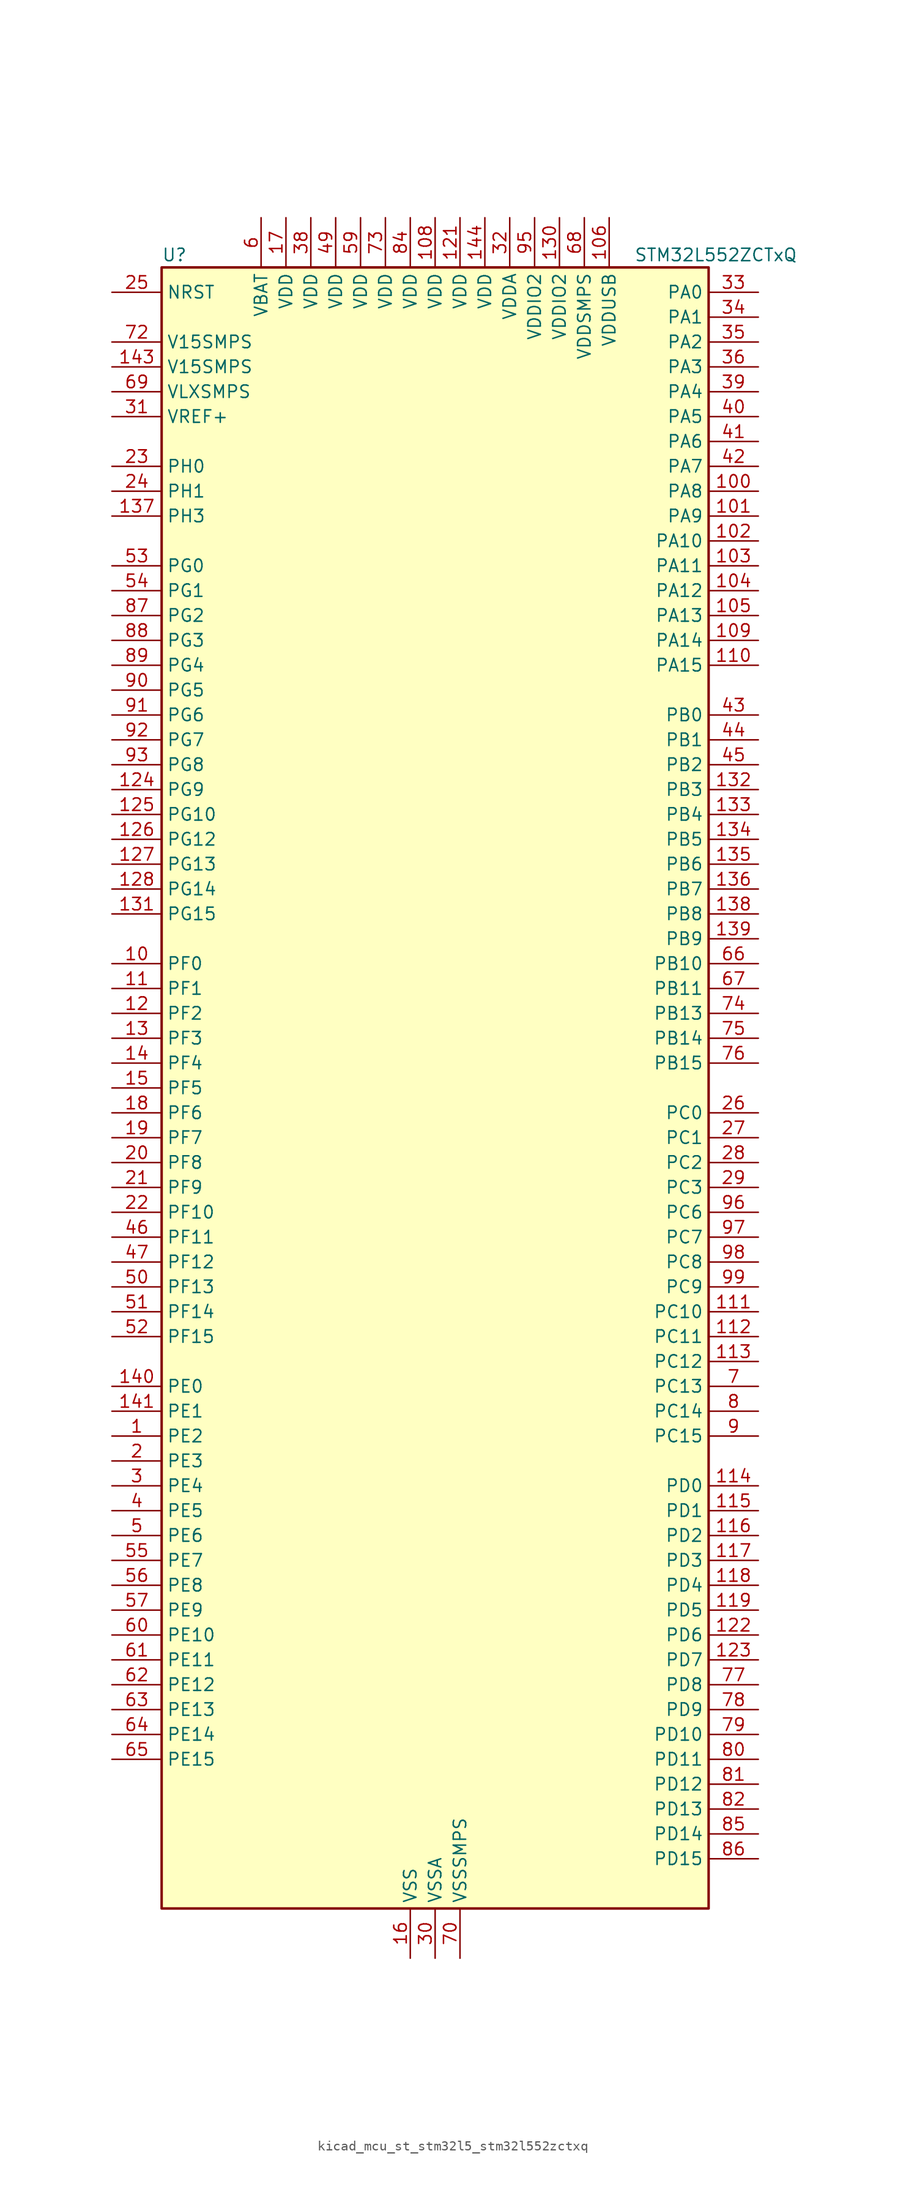
<source format=kicad_sym>
(kicad_symbol_lib
  (version 20220914)
  (generator kicad_symbol_editor)
  (symbol "kicad_mcu_st_stm32l5_stm32l552zctxq"
    (property "Reference" "U"
      (at -27.94 85.09 0)
      (effects (font (size 1.27 1.27)) (justify left)))
    (property "Value" "STM32L552ZCTxQ"
      (at 20.32 85.09 0)
      (effects (font (size 1.27 1.27)) (justify left)))
    (property "ki_locked" ""
      (at 0 0 0)
      (effects (font (size 1.27 1.27))))
    (symbol "kicad_mcu_st_stm32l5_stm32l552zctxq_0_1"
      (rectangle (start -27.94 -83.82) (end 27.94 83.82) (stroke (width 0.254) (type default)) (fill (type background))))
    (symbol "kicad_mcu_st_stm32l5_stm32l552zctxq_1_1"
      (pin bidirectional line (at -33.02 -35.56 0) (length 5.08) (name "PE2" (effects (font (size 1.27 1.27)))) (number "1" (effects (font (size 1.27 1.27)))) (alternate "DEBUG_TRACECLK" bidirectional line) (alternate "FMC_A23" bidirectional line) (alternate "SAI1_CK1" bidirectional line) (alternate "SAI1_MCLK_A" bidirectional line) (alternate "TIM3_ETR" bidirectional line) (alternate "TSC_G7_IO1" bidirectional line))
      (pin bidirectional line (at -33.02 12.7 0) (length 5.08) (name "PF0" (effects (font (size 1.27 1.27)))) (number "10" (effects (font (size 1.27 1.27)))) (alternate "FMC_A0" bidirectional line) (alternate "I2C2_SDA" bidirectional line))
      (pin bidirectional line (at 33.02 60.96 180) (length 5.08) (name "PA8" (effects (font (size 1.27 1.27)))) (number "100" (effects (font (size 1.27 1.27)))) (alternate "LPTIM2_OUT" bidirectional line) (alternate "RCC_MCO" bidirectional line) (alternate "SAI1_CK2" bidirectional line) (alternate "SAI1_SCK_A" bidirectional line) (alternate "TIM1_CH1" bidirectional line) (alternate "USART1_CK" bidirectional line))
      (pin bidirectional line (at 33.02 58.42 180) (length 5.08) (name "PA9" (effects (font (size 1.27 1.27)))) (number "101" (effects (font (size 1.27 1.27)))) (alternate "DAC1_EXTI9" bidirectional line) (alternate "SAI1_FS_A" bidirectional line) (alternate "SPI2_SCK" bidirectional line) (alternate "TIM15_BKIN" bidirectional line) (alternate "TIM1_CH2" bidirectional line) (alternate "USART1_TX" bidirectional line))
      (pin bidirectional line (at 33.02 55.88 180) (length 5.08) (name "PA10" (effects (font (size 1.27 1.27)))) (number "102" (effects (font (size 1.27 1.27)))) (alternate "CRS_SYNC" bidirectional line) (alternate "SAI1_D1" bidirectional line) (alternate "SAI1_SD_A" bidirectional line) (alternate "TIM17_BKIN" bidirectional line) (alternate "TIM1_CH3" bidirectional line) (alternate "USART1_RX" bidirectional line))
      (pin bidirectional line (at 33.02 53.34 180) (length 5.08) (name "PA11" (effects (font (size 1.27 1.27)))) (number "103" (effects (font (size 1.27 1.27)))) (alternate "ADC1_EXTI11" bidirectional line) (alternate "ADC2_EXTI11" bidirectional line) (alternate "FDCAN1_RX" bidirectional line) (alternate "SPI1_MISO" bidirectional line) (alternate "TIM1_BKIN2" bidirectional line) (alternate "TIM1_CH4" bidirectional line) (alternate "USART1_CTS" bidirectional line) (alternate "USART1_NSS" bidirectional line) (alternate "USB_DM" bidirectional line))
      (pin bidirectional line (at 33.02 50.8 180) (length 5.08) (name "PA12" (effects (font (size 1.27 1.27)))) (number "104" (effects (font (size 1.27 1.27)))) (alternate "FDCAN1_TX" bidirectional line) (alternate "SPI1_MOSI" bidirectional line) (alternate "TIM1_ETR" bidirectional line) (alternate "USART1_DE" bidirectional line) (alternate "USART1_RTS" bidirectional line) (alternate "USB_DP" bidirectional line))
      (pin bidirectional line (at 33.02 48.26 180) (length 5.08) (name "PA13" (effects (font (size 1.27 1.27)))) (number "105" (effects (font (size 1.27 1.27)))) (alternate "DEBUG_JTMS-SWDIO" bidirectional line) (alternate "IR_OUT" bidirectional line) (alternate "SAI1_SD_B" bidirectional line) (alternate "USB_NOE" bidirectional line))
      (pin power_in line (at 17.78 88.9 270) (length 5.08) (name "VDDUSB" (effects (font (size 1.27 1.27)))) (number "106" (effects (font (size 1.27 1.27)))))
      (pin passive line (at -2.54 -88.9 90) (length 5.08) hide (name "VSS" (effects (font (size 1.27 1.27)))) (number "107" (effects (font (size 1.27 1.27)))))
      (pin power_in line (at 0 88.9 270) (length 5.08) (name "VDD" (effects (font (size 1.27 1.27)))) (number "108" (effects (font (size 1.27 1.27)))))
      (pin bidirectional line (at 33.02 45.72 180) (length 5.08) (name "PA14" (effects (font (size 1.27 1.27)))) (number "109" (effects (font (size 1.27 1.27)))) (alternate "DEBUG_JTCK-SWCLK" bidirectional line) (alternate "I2C1_SMBA" bidirectional line) (alternate "I2C4_SMBA" bidirectional line) (alternate "LPTIM1_OUT" bidirectional line) (alternate "SAI1_FS_B" bidirectional line))
      (pin bidirectional line (at -33.02 10.16 0) (length 5.08) (name "PF1" (effects (font (size 1.27 1.27)))) (number "11" (effects (font (size 1.27 1.27)))) (alternate "FMC_A1" bidirectional line) (alternate "I2C2_SCL" bidirectional line))
      (pin bidirectional line (at 33.02 43.18 180) (length 5.08) (name "PA15" (effects (font (size 1.27 1.27)))) (number "110" (effects (font (size 1.27 1.27)))) (alternate "ADC1_EXTI15" bidirectional line) (alternate "ADC2_EXTI15" bidirectional line) (alternate "DEBUG_JTDI" bidirectional line) (alternate "SAI2_FS_B" bidirectional line) (alternate "SPI1_NSS" bidirectional line) (alternate "SPI3_NSS" bidirectional line) (alternate "TIM2_CH1" bidirectional line) (alternate "TIM2_ETR" bidirectional line) (alternate "UART4_DE" bidirectional line) (alternate "UART4_RTS" bidirectional line) (alternate "UCPD1_CC1" bidirectional line) (alternate "USART2_RX" bidirectional line) (alternate "USART3_DE" bidirectional line) (alternate "USART3_RTS" bidirectional line))
      (pin bidirectional line (at 33.02 -22.86 180) (length 5.08) (name "PC10" (effects (font (size 1.27 1.27)))) (number "111" (effects (font (size 1.27 1.27)))) (alternate "DEBUG_TRACED1" bidirectional line) (alternate "LPTIM3_ETR" bidirectional line) (alternate "SAI2_SCK_B" bidirectional line) (alternate "SDMMC1_D2" bidirectional line) (alternate "SPI3_SCK" bidirectional line) (alternate "TSC_G3_IO2" bidirectional line) (alternate "UART4_TX" bidirectional line) (alternate "USART3_TX" bidirectional line))
      (pin bidirectional line (at 33.02 -25.4 180) (length 5.08) (name "PC11" (effects (font (size 1.27 1.27)))) (number "112" (effects (font (size 1.27 1.27)))) (alternate "ADC1_EXTI11" bidirectional line) (alternate "ADC2_EXTI11" bidirectional line) (alternate "LPTIM3_IN1" bidirectional line) (alternate "OCTOSPI1_NCS" bidirectional line) (alternate "SAI2_MCLK_B" bidirectional line) (alternate "SDMMC1_D3" bidirectional line) (alternate "SPI3_MISO" bidirectional line) (alternate "TSC_G3_IO3" bidirectional line) (alternate "UART4_RX" bidirectional line) (alternate "UCPD1_FRSTX2" bidirectional line) (alternate "USART3_RX" bidirectional line))
      (pin bidirectional line (at 33.02 -27.94 180) (length 5.08) (name "PC12" (effects (font (size 1.27 1.27)))) (number "113" (effects (font (size 1.27 1.27)))) (alternate "DEBUG_TRACED3" bidirectional line) (alternate "SAI2_SD_B" bidirectional line) (alternate "SDMMC1_CK" bidirectional line) (alternate "SPI3_MOSI" bidirectional line) (alternate "TSC_G3_IO4" bidirectional line) (alternate "UART5_TX" bidirectional line) (alternate "USART3_CK" bidirectional line))
      (pin bidirectional line (at 33.02 -40.64 180) (length 5.08) (name "PD0" (effects (font (size 1.27 1.27)))) (number "114" (effects (font (size 1.27 1.27)))) (alternate "FDCAN1_RX" bidirectional line) (alternate "FMC_D2" bidirectional line) (alternate "FMC_DA2" bidirectional line) (alternate "SPI2_NSS" bidirectional line))
      (pin bidirectional line (at 33.02 -43.18 180) (length 5.08) (name "PD1" (effects (font (size 1.27 1.27)))) (number "115" (effects (font (size 1.27 1.27)))) (alternate "FDCAN1_TX" bidirectional line) (alternate "FMC_D3" bidirectional line) (alternate "FMC_DA3" bidirectional line) (alternate "SPI2_SCK" bidirectional line))
      (pin bidirectional line (at 33.02 -45.72 180) (length 5.08) (name "PD2" (effects (font (size 1.27 1.27)))) (number "116" (effects (font (size 1.27 1.27)))) (alternate "DEBUG_TRACED2" bidirectional line) (alternate "SDMMC1_CMD" bidirectional line) (alternate "TIM3_ETR" bidirectional line) (alternate "TSC_SYNC" bidirectional line) (alternate "UART5_RX" bidirectional line) (alternate "USART3_DE" bidirectional line) (alternate "USART3_RTS" bidirectional line))
      (pin bidirectional line (at 33.02 -48.26 180) (length 5.08) (name "PD3" (effects (font (size 1.27 1.27)))) (number "117" (effects (font (size 1.27 1.27)))) (alternate "DFSDM1_DATIN0" bidirectional line) (alternate "FMC_CLK" bidirectional line) (alternate "SPI2_MISO" bidirectional line) (alternate "SPI2_SCK" bidirectional line) (alternate "USART2_CTS" bidirectional line) (alternate "USART2_NSS" bidirectional line))
      (pin bidirectional line (at 33.02 -50.8 180) (length 5.08) (name "PD4" (effects (font (size 1.27 1.27)))) (number "118" (effects (font (size 1.27 1.27)))) (alternate "DFSDM1_CKIN0" bidirectional line) (alternate "FMC_NOE" bidirectional line) (alternate "OCTOSPI1_IO4" bidirectional line) (alternate "SPI2_MOSI" bidirectional line) (alternate "USART2_DE" bidirectional line) (alternate "USART2_RTS" bidirectional line))
      (pin bidirectional line (at 33.02 -53.34 180) (length 5.08) (name "PD5" (effects (font (size 1.27 1.27)))) (number "119" (effects (font (size 1.27 1.27)))) (alternate "FMC_NWE" bidirectional line) (alternate "OCTOSPI1_IO5" bidirectional line) (alternate "USART2_TX" bidirectional line))
      (pin bidirectional line (at -33.02 7.62 0) (length 5.08) (name "PF2" (effects (font (size 1.27 1.27)))) (number "12" (effects (font (size 1.27 1.27)))) (alternate "FMC_A2" bidirectional line) (alternate "I2C2_SMBA" bidirectional line))
      (pin passive line (at -2.54 -88.9 90) (length 5.08) hide (name "VSS" (effects (font (size 1.27 1.27)))) (number "120" (effects (font (size 1.27 1.27)))))
      (pin power_in line (at 2.54 88.9 270) (length 5.08) (name "VDD" (effects (font (size 1.27 1.27)))) (number "121" (effects (font (size 1.27 1.27)))))
      (pin bidirectional line (at 33.02 -55.88 180) (length 5.08) (name "PD6" (effects (font (size 1.27 1.27)))) (number "122" (effects (font (size 1.27 1.27)))) (alternate "DFSDM1_DATIN1" bidirectional line) (alternate "FMC_NWAIT" bidirectional line) (alternate "OCTOSPI1_IO6" bidirectional line) (alternate "SAI1_D1" bidirectional line) (alternate "SAI1_SD_A" bidirectional line) (alternate "SPI3_MOSI" bidirectional line) (alternate "USART2_RX" bidirectional line))
      (pin bidirectional line (at 33.02 -58.42 180) (length 5.08) (name "PD7" (effects (font (size 1.27 1.27)))) (number "123" (effects (font (size 1.27 1.27)))) (alternate "DFSDM1_CKIN1" bidirectional line) (alternate "FMC_NCE" bidirectional line) (alternate "FMC_NE1" bidirectional line) (alternate "OCTOSPI1_IO7" bidirectional line) (alternate "USART2_CK" bidirectional line))
      (pin bidirectional line (at -33.02 30.48 0) (length 5.08) (name "PG9" (effects (font (size 1.27 1.27)))) (number "124" (effects (font (size 1.27 1.27)))) (alternate "DAC1_EXTI9" bidirectional line) (alternate "FMC_NCE" bidirectional line) (alternate "FMC_NE2" bidirectional line) (alternate "SAI2_SCK_A" bidirectional line) (alternate "SPI3_SCK" bidirectional line) (alternate "TIM15_CH1N" bidirectional line) (alternate "USART1_TX" bidirectional line))
      (pin bidirectional line (at -33.02 27.94 0) (length 5.08) (name "PG10" (effects (font (size 1.27 1.27)))) (number "125" (effects (font (size 1.27 1.27)))) (alternate "FMC_NE3" bidirectional line) (alternate "LPTIM1_IN1" bidirectional line) (alternate "SAI2_FS_A" bidirectional line) (alternate "SPI3_MISO" bidirectional line) (alternate "TIM15_CH1" bidirectional line) (alternate "USART1_RX" bidirectional line))
      (pin bidirectional line (at -33.02 25.4 0) (length 5.08) (name "PG12" (effects (font (size 1.27 1.27)))) (number "126" (effects (font (size 1.27 1.27)))) (alternate "FMC_NE4" bidirectional line) (alternate "LPTIM1_ETR" bidirectional line) (alternate "SAI2_SD_A" bidirectional line) (alternate "SPI3_NSS" bidirectional line) (alternate "USART1_DE" bidirectional line) (alternate "USART1_RTS" bidirectional line))
      (pin bidirectional line (at -33.02 22.86 0) (length 5.08) (name "PG13" (effects (font (size 1.27 1.27)))) (number "127" (effects (font (size 1.27 1.27)))) (alternate "FMC_A24" bidirectional line) (alternate "I2C1_SDA" bidirectional line) (alternate "USART1_CK" bidirectional line))
      (pin bidirectional line (at -33.02 20.32 0) (length 5.08) (name "PG14" (effects (font (size 1.27 1.27)))) (number "128" (effects (font (size 1.27 1.27)))) (alternate "FMC_A25" bidirectional line) (alternate "I2C1_SCL" bidirectional line))
      (pin passive line (at -2.54 -88.9 90) (length 5.08) hide (name "VSS" (effects (font (size 1.27 1.27)))) (number "129" (effects (font (size 1.27 1.27)))))
      (pin bidirectional line (at -33.02 5.08 0) (length 5.08) (name "PF3" (effects (font (size 1.27 1.27)))) (number "13" (effects (font (size 1.27 1.27)))) (alternate "FMC_A3" bidirectional line) (alternate "LPTIM3_IN1" bidirectional line))
      (pin power_in line (at 12.7 88.9 270) (length 5.08) (name "VDDIO2" (effects (font (size 1.27 1.27)))) (number "130" (effects (font (size 1.27 1.27)))))
      (pin bidirectional line (at -33.02 17.78 0) (length 5.08) (name "PG15" (effects (font (size 1.27 1.27)))) (number "131" (effects (font (size 1.27 1.27)))) (alternate "ADC1_EXTI15" bidirectional line) (alternate "ADC2_EXTI15" bidirectional line) (alternate "I2C1_SMBA" bidirectional line) (alternate "LPTIM1_OUT" bidirectional line))
      (pin bidirectional line (at 33.02 30.48 180) (length 5.08) (name "PB3" (effects (font (size 1.27 1.27)))) (number "132" (effects (font (size 1.27 1.27)))) (alternate "COMP2_INM" bidirectional line) (alternate "CRS_SYNC" bidirectional line) (alternate "DEBUG_JTDO-SWO" bidirectional line) (alternate "SAI1_SCK_B" bidirectional line) (alternate "SPI1_SCK" bidirectional line) (alternate "SPI3_SCK" bidirectional line) (alternate "TIM2_CH2" bidirectional line) (alternate "USART1_DE" bidirectional line) (alternate "USART1_RTS" bidirectional line))
      (pin bidirectional line (at 33.02 27.94 180) (length 5.08) (name "PB4" (effects (font (size 1.27 1.27)))) (number "133" (effects (font (size 1.27 1.27)))) (alternate "COMP2_INP" bidirectional line) (alternate "DEBUG_JTRST" bidirectional line) (alternate "I2C3_SDA" bidirectional line) (alternate "SAI1_MCLK_B" bidirectional line) (alternate "SPI1_MISO" bidirectional line) (alternate "SPI3_MISO" bidirectional line) (alternate "TIM17_BKIN" bidirectional line) (alternate "TIM3_CH1" bidirectional line) (alternate "TSC_G2_IO1" bidirectional line) (alternate "UART5_DE" bidirectional line) (alternate "UART5_RTS" bidirectional line) (alternate "USART1_CTS" bidirectional line) (alternate "USART1_NSS" bidirectional line))
      (pin bidirectional line (at 33.02 25.4 180) (length 5.08) (name "PB5" (effects (font (size 1.27 1.27)))) (number "134" (effects (font (size 1.27 1.27)))) (alternate "COMP2_OUT" bidirectional line) (alternate "I2C1_SMBA" bidirectional line) (alternate "LPTIM1_IN1" bidirectional line) (alternate "OCTOSPI1_NCLK" bidirectional line) (alternate "SAI1_SD_B" bidirectional line) (alternate "SPI1_MOSI" bidirectional line) (alternate "SPI3_MOSI" bidirectional line) (alternate "TIM16_BKIN" bidirectional line) (alternate "TIM3_CH2" bidirectional line) (alternate "TSC_G2_IO2" bidirectional line) (alternate "UART5_CTS" bidirectional line) (alternate "UCPD1_DBCC1" bidirectional line) (alternate "USART1_CK" bidirectional line))
      (pin bidirectional line (at 33.02 22.86 180) (length 5.08) (name "PB6" (effects (font (size 1.27 1.27)))) (number "135" (effects (font (size 1.27 1.27)))) (alternate "COMP2_INP" bidirectional line) (alternate "I2C1_SCL" bidirectional line) (alternate "I2C4_SCL" bidirectional line) (alternate "LPTIM1_ETR" bidirectional line) (alternate "SAI1_FS_B" bidirectional line) (alternate "TIM16_CH1N" bidirectional line) (alternate "TIM4_CH1" bidirectional line) (alternate "TIM8_BKIN2" bidirectional line) (alternate "TSC_G2_IO3" bidirectional line) (alternate "USART1_TX" bidirectional line))
      (pin bidirectional line (at 33.02 20.32 180) (length 5.08) (name "PB7" (effects (font (size 1.27 1.27)))) (number "136" (effects (font (size 1.27 1.27)))) (alternate "COMP2_INM" bidirectional line) (alternate "FMC_NL" bidirectional line) (alternate "I2C1_SDA" bidirectional line) (alternate "I2C4_SDA" bidirectional line) (alternate "LPTIM1_IN2" bidirectional line) (alternate "PWR_PVD_IN" bidirectional line) (alternate "TIM17_CH1N" bidirectional line) (alternate "TIM4_CH2" bidirectional line) (alternate "TIM8_BKIN" bidirectional line) (alternate "TSC_G2_IO4" bidirectional line) (alternate "UART4_CTS" bidirectional line) (alternate "USART1_RX" bidirectional line))
      (pin bidirectional line (at -33.02 58.42 0) (length 5.08) (name "PH3" (effects (font (size 1.27 1.27)))) (number "137" (effects (font (size 1.27 1.27)))))
      (pin bidirectional line (at 33.02 17.78 180) (length 5.08) (name "PB8" (effects (font (size 1.27 1.27)))) (number "138" (effects (font (size 1.27 1.27)))) (alternate "DFSDM1_CKOUT" bidirectional line) (alternate "FDCAN1_RX" bidirectional line) (alternate "I2C1_SCL" bidirectional line) (alternate "SAI1_CK1" bidirectional line) (alternate "SAI1_MCLK_A" bidirectional line) (alternate "SDMMC1_CKIN" bidirectional line) (alternate "SDMMC1_D4" bidirectional line) (alternate "TIM16_CH1" bidirectional line) (alternate "TIM4_CH3" bidirectional line))
      (pin bidirectional line (at 33.02 15.24 180) (length 5.08) (name "PB9" (effects (font (size 1.27 1.27)))) (number "139" (effects (font (size 1.27 1.27)))) (alternate "DAC1_EXTI9" bidirectional line) (alternate "FDCAN1_TX" bidirectional line) (alternate "I2C1_SDA" bidirectional line) (alternate "IR_OUT" bidirectional line) (alternate "SAI1_D2" bidirectional line) (alternate "SAI1_FS_A" bidirectional line) (alternate "SDMMC1_CDIR" bidirectional line) (alternate "SDMMC1_D5" bidirectional line) (alternate "SPI2_NSS" bidirectional line) (alternate "TIM17_CH1" bidirectional line) (alternate "TIM4_CH4" bidirectional line))
      (pin bidirectional line (at -33.02 2.54 0) (length 5.08) (name "PF4" (effects (font (size 1.27 1.27)))) (number "14" (effects (font (size 1.27 1.27)))) (alternate "FMC_A4" bidirectional line) (alternate "LPTIM3_ETR" bidirectional line))
      (pin bidirectional line (at -33.02 -30.48 0) (length 5.08) (name "PE0" (effects (font (size 1.27 1.27)))) (number "140" (effects (font (size 1.27 1.27)))) (alternate "FMC_NBL0" bidirectional line) (alternate "TIM16_CH1" bidirectional line) (alternate "TIM4_ETR" bidirectional line))
      (pin bidirectional line (at -33.02 -33.02 0) (length 5.08) (name "PE1" (effects (font (size 1.27 1.27)))) (number "141" (effects (font (size 1.27 1.27)))) (alternate "FMC_NBL1" bidirectional line) (alternate "TIM17_CH1" bidirectional line))
      (pin passive line (at -2.54 -88.9 90) (length 5.08) hide (name "VSS" (effects (font (size 1.27 1.27)))) (number "142" (effects (font (size 1.27 1.27)))))
      (pin power_in line (at -33.02 73.66 0) (length 5.08) (name "V15SMPS" (effects (font (size 1.27 1.27)))) (number "143" (effects (font (size 1.27 1.27)))))
      (pin power_in line (at 5.08 88.9 270) (length 5.08) (name "VDD" (effects (font (size 1.27 1.27)))) (number "144" (effects (font (size 1.27 1.27)))))
      (pin bidirectional line (at -33.02 0 0) (length 5.08) (name "PF5" (effects (font (size 1.27 1.27)))) (number "15" (effects (font (size 1.27 1.27)))) (alternate "FMC_A5" bidirectional line) (alternate "LPTIM3_OUT" bidirectional line))
      (pin power_in line (at -2.54 -88.9 90) (length 5.08) (name "VSS" (effects (font (size 1.27 1.27)))) (number "16" (effects (font (size 1.27 1.27)))))
      (pin power_in line (at -15.24 88.9 270) (length 5.08) (name "VDD" (effects (font (size 1.27 1.27)))) (number "17" (effects (font (size 1.27 1.27)))))
      (pin bidirectional line (at -33.02 -2.54 0) (length 5.08) (name "PF6" (effects (font (size 1.27 1.27)))) (number "18" (effects (font (size 1.27 1.27)))) (alternate "OCTOSPI1_IO3" bidirectional line) (alternate "SAI1_SD_B" bidirectional line) (alternate "TIM5_CH1" bidirectional line) (alternate "TIM5_ETR" bidirectional line))
      (pin bidirectional line (at -33.02 -5.08 0) (length 5.08) (name "PF7" (effects (font (size 1.27 1.27)))) (number "19" (effects (font (size 1.27 1.27)))) (alternate "OCTOSPI1_IO2" bidirectional line) (alternate "SAI1_MCLK_B" bidirectional line) (alternate "TAMP_IN6" bidirectional line) (alternate "TAMP_OUT3" bidirectional line) (alternate "TIM5_CH2" bidirectional line))
      (pin bidirectional line (at -33.02 -38.1 0) (length 5.08) (name "PE3" (effects (font (size 1.27 1.27)))) (number "2" (effects (font (size 1.27 1.27)))) (alternate "DEBUG_TRACED0" bidirectional line) (alternate "FMC_A19" bidirectional line) (alternate "OCTOSPI1_DQS" bidirectional line) (alternate "SAI1_SD_B" bidirectional line) (alternate "TIM3_CH1" bidirectional line) (alternate "TSC_G7_IO2" bidirectional line))
      (pin bidirectional line (at -33.02 -7.62 0) (length 5.08) (name "PF8" (effects (font (size 1.27 1.27)))) (number "20" (effects (font (size 1.27 1.27)))) (alternate "OCTOSPI1_IO0" bidirectional line) (alternate "SAI1_SCK_B" bidirectional line) (alternate "TAMP_IN7" bidirectional line) (alternate "TAMP_OUT8" bidirectional line) (alternate "TIM5_CH3" bidirectional line))
      (pin bidirectional line (at -33.02 -10.16 0) (length 5.08) (name "PF9" (effects (font (size 1.27 1.27)))) (number "21" (effects (font (size 1.27 1.27)))) (alternate "DAC1_EXTI9" bidirectional line) (alternate "OCTOSPI1_IO1" bidirectional line) (alternate "SAI1_FS_B" bidirectional line) (alternate "TAMP_IN8" bidirectional line) (alternate "TAMP_OUT7" bidirectional line) (alternate "TIM15_CH1" bidirectional line) (alternate "TIM5_CH4" bidirectional line))
      (pin bidirectional line (at -33.02 -12.7 0) (length 5.08) (name "PF10" (effects (font (size 1.27 1.27)))) (number "22" (effects (font (size 1.27 1.27)))) (alternate "DFSDM1_CKOUT" bidirectional line) (alternate "OCTOSPI1_CLK" bidirectional line) (alternate "SAI1_D3" bidirectional line) (alternate "TIM15_CH2" bidirectional line))
      (pin bidirectional line (at -33.02 63.5 0) (length 5.08) (name "PH0" (effects (font (size 1.27 1.27)))) (number "23" (effects (font (size 1.27 1.27)))) (alternate "RCC_OSC_IN" bidirectional line))
      (pin bidirectional line (at -33.02 60.96 0) (length 5.08) (name "PH1" (effects (font (size 1.27 1.27)))) (number "24" (effects (font (size 1.27 1.27)))) (alternate "RCC_OSC_OUT" bidirectional line))
      (pin input line (at -33.02 81.28 0) (length 5.08) (name "NRST" (effects (font (size 1.27 1.27)))) (number "25" (effects (font (size 1.27 1.27)))))
      (pin bidirectional line (at 33.02 -2.54 180) (length 5.08) (name "PC0" (effects (font (size 1.27 1.27)))) (number "26" (effects (font (size 1.27 1.27)))) (alternate "ADC1_IN1" bidirectional line) (alternate "ADC2_IN1" bidirectional line) (alternate "I2C3_SCL" bidirectional line) (alternate "LPTIM1_IN1" bidirectional line) (alternate "LPTIM2_IN1" bidirectional line) (alternate "LPUART1_RX" bidirectional line) (alternate "OCTOSPI1_IO7" bidirectional line) (alternate "SAI2_FS_A" bidirectional line) (alternate "SDMMC1_D5" bidirectional line))
      (pin bidirectional line (at 33.02 -5.08 180) (length 5.08) (name "PC1" (effects (font (size 1.27 1.27)))) (number "27" (effects (font (size 1.27 1.27)))) (alternate "ADC1_IN2" bidirectional line) (alternate "ADC2_IN2" bidirectional line) (alternate "DEBUG_TRACED0" bidirectional line) (alternate "I2C3_SDA" bidirectional line) (alternate "LPTIM1_OUT" bidirectional line) (alternate "LPUART1_TX" bidirectional line) (alternate "OCTOSPI1_IO4" bidirectional line) (alternate "SAI1_SD_A" bidirectional line) (alternate "SPI2_MOSI" bidirectional line))
      (pin bidirectional line (at 33.02 -7.62 180) (length 5.08) (name "PC2" (effects (font (size 1.27 1.27)))) (number "28" (effects (font (size 1.27 1.27)))) (alternate "ADC1_IN3" bidirectional line) (alternate "ADC2_IN3" bidirectional line) (alternate "DFSDM1_CKOUT" bidirectional line) (alternate "LPTIM1_IN2" bidirectional line) (alternate "OCTOSPI1_IO5" bidirectional line) (alternate "SPI2_MISO" bidirectional line))
      (pin bidirectional line (at 33.02 -10.16 180) (length 5.08) (name "PC3" (effects (font (size 1.27 1.27)))) (number "29" (effects (font (size 1.27 1.27)))) (alternate "ADC1_IN4" bidirectional line) (alternate "ADC2_IN4" bidirectional line) (alternate "LPTIM1_ETR" bidirectional line) (alternate "LPTIM2_ETR" bidirectional line) (alternate "LPTIM3_OUT" bidirectional line) (alternate "OCTOSPI1_IO6" bidirectional line) (alternate "SAI1_D1" bidirectional line) (alternate "SAI1_SD_A" bidirectional line) (alternate "SPI2_MOSI" bidirectional line))
      (pin bidirectional line (at -33.02 -40.64 0) (length 5.08) (name "PE4" (effects (font (size 1.27 1.27)))) (number "3" (effects (font (size 1.27 1.27)))) (alternate "DEBUG_TRACED1" bidirectional line) (alternate "DFSDM1_DATIN3" bidirectional line) (alternate "FMC_A20" bidirectional line) (alternate "SAI1_D2" bidirectional line) (alternate "SAI1_FS_A" bidirectional line) (alternate "TIM3_CH2" bidirectional line) (alternate "TSC_G7_IO3" bidirectional line))
      (pin power_in line (at 0 -88.9 90) (length 5.08) (name "VSSA" (effects (font (size 1.27 1.27)))) (number "30" (effects (font (size 1.27 1.27)))))
      (pin input line (at -33.02 68.58 0) (length 5.08) (name "VREF+" (effects (font (size 1.27 1.27)))) (number "31" (effects (font (size 1.27 1.27)))))
      (pin power_in line (at 7.62 88.9 270) (length 5.08) (name "VDDA" (effects (font (size 1.27 1.27)))) (number "32" (effects (font (size 1.27 1.27)))))
      (pin bidirectional line (at 33.02 81.28 180) (length 5.08) (name "PA0" (effects (font (size 1.27 1.27)))) (number "33" (effects (font (size 1.27 1.27)))) (alternate "ADC1_IN5" bidirectional line) (alternate "ADC2_IN5" bidirectional line) (alternate "OPAMP1_VINP" bidirectional line) (alternate "PWR_WKUP1" bidirectional line) (alternate "SAI1_EXTCLK" bidirectional line) (alternate "TAMP_IN2" bidirectional line) (alternate "TAMP_OUT1" bidirectional line) (alternate "TIM2_CH1" bidirectional line) (alternate "TIM2_ETR" bidirectional line) (alternate "TIM5_CH1" bidirectional line) (alternate "TIM8_ETR" bidirectional line) (alternate "UART4_TX" bidirectional line) (alternate "USART2_CTS" bidirectional line) (alternate "USART2_NSS" bidirectional line))
      (pin bidirectional line (at 33.02 78.74 180) (length 5.08) (name "PA1" (effects (font (size 1.27 1.27)))) (number "34" (effects (font (size 1.27 1.27)))) (alternate "ADC1_IN6" bidirectional line) (alternate "ADC2_IN6" bidirectional line) (alternate "I2C1_SMBA" bidirectional line) (alternate "OCTOSPI1_DQS" bidirectional line) (alternate "OPAMP1_VINM" bidirectional line) (alternate "SPI1_SCK" bidirectional line) (alternate "TAMP_IN5" bidirectional line) (alternate "TAMP_OUT4" bidirectional line) (alternate "TIM15_CH1N" bidirectional line) (alternate "TIM2_CH2" bidirectional line) (alternate "TIM5_CH2" bidirectional line) (alternate "UART4_RX" bidirectional line) (alternate "USART2_DE" bidirectional line) (alternate "USART2_RTS" bidirectional line))
      (pin bidirectional line (at 33.02 76.2 180) (length 5.08) (name "PA2" (effects (font (size 1.27 1.27)))) (number "35" (effects (font (size 1.27 1.27)))) (alternate "ADC1_IN7" bidirectional line) (alternate "ADC2_IN7" bidirectional line) (alternate "COMP1_INP" bidirectional line) (alternate "LPUART1_TX" bidirectional line) (alternate "OCTOSPI1_NCS" bidirectional line) (alternate "PWR_WKUP4" bidirectional line) (alternate "RCC_LSCO" bidirectional line) (alternate "SAI2_EXTCLK" bidirectional line) (alternate "TIM15_CH1" bidirectional line) (alternate "TIM2_CH3" bidirectional line) (alternate "TIM5_CH3" bidirectional line) (alternate "UCPD1_FRSTX1" bidirectional line) (alternate "USART2_TX" bidirectional line))
      (pin bidirectional line (at 33.02 73.66 180) (length 5.08) (name "PA3" (effects (font (size 1.27 1.27)))) (number "36" (effects (font (size 1.27 1.27)))) (alternate "ADC1_IN8" bidirectional line) (alternate "ADC2_IN8" bidirectional line) (alternate "LPUART1_RX" bidirectional line) (alternate "OCTOSPI1_CLK" bidirectional line) (alternate "OPAMP1_VOUT" bidirectional line) (alternate "SAI1_CK1" bidirectional line) (alternate "SAI1_MCLK_A" bidirectional line) (alternate "TIM15_CH2" bidirectional line) (alternate "TIM2_CH4" bidirectional line) (alternate "TIM5_CH4" bidirectional line) (alternate "USART2_RX" bidirectional line))
      (pin passive line (at -2.54 -88.9 90) (length 5.08) hide (name "VSS" (effects (font (size 1.27 1.27)))) (number "37" (effects (font (size 1.27 1.27)))))
      (pin power_in line (at -12.7 88.9 270) (length 5.08) (name "VDD" (effects (font (size 1.27 1.27)))) (number "38" (effects (font (size 1.27 1.27)))))
      (pin bidirectional line (at 33.02 71.12 180) (length 5.08) (name "PA4" (effects (font (size 1.27 1.27)))) (number "39" (effects (font (size 1.27 1.27)))) (alternate "ADC1_IN9" bidirectional line) (alternate "ADC2_IN9" bidirectional line) (alternate "DAC1_OUT1" bidirectional line) (alternate "LPTIM2_OUT" bidirectional line) (alternate "OCTOSPI1_NCS" bidirectional line) (alternate "SAI1_FS_B" bidirectional line) (alternate "SPI1_NSS" bidirectional line) (alternate "SPI3_NSS" bidirectional line) (alternate "USART2_CK" bidirectional line))
      (pin bidirectional line (at -33.02 -43.18 0) (length 5.08) (name "PE5" (effects (font (size 1.27 1.27)))) (number "4" (effects (font (size 1.27 1.27)))) (alternate "DEBUG_TRACED2" bidirectional line) (alternate "DFSDM1_CKIN3" bidirectional line) (alternate "FMC_A21" bidirectional line) (alternate "SAI1_CK2" bidirectional line) (alternate "SAI1_SCK_A" bidirectional line) (alternate "TIM3_CH3" bidirectional line) (alternate "TSC_G7_IO4" bidirectional line))
      (pin bidirectional line (at 33.02 68.58 180) (length 5.08) (name "PA5" (effects (font (size 1.27 1.27)))) (number "40" (effects (font (size 1.27 1.27)))) (alternate "ADC1_IN10" bidirectional line) (alternate "ADC2_IN10" bidirectional line) (alternate "DAC1_OUT2" bidirectional line) (alternate "LPTIM2_ETR" bidirectional line) (alternate "SPI1_SCK" bidirectional line) (alternate "TIM2_CH1" bidirectional line) (alternate "TIM2_ETR" bidirectional line) (alternate "TIM8_CH1N" bidirectional line))
      (pin bidirectional line (at 33.02 66.04 180) (length 5.08) (name "PA6" (effects (font (size 1.27 1.27)))) (number "41" (effects (font (size 1.27 1.27)))) (alternate "ADC1_IN11" bidirectional line) (alternate "ADC2_IN11" bidirectional line) (alternate "LPUART1_CTS" bidirectional line) (alternate "OCTOSPI1_IO3" bidirectional line) (alternate "OPAMP2_VINP" bidirectional line) (alternate "SPI1_MISO" bidirectional line) (alternate "TIM16_CH1" bidirectional line) (alternate "TIM1_BKIN" bidirectional line) (alternate "TIM3_CH1" bidirectional line) (alternate "TIM8_BKIN" bidirectional line) (alternate "USART3_CTS" bidirectional line) (alternate "USART3_NSS" bidirectional line))
      (pin bidirectional line (at 33.02 63.5 180) (length 5.08) (name "PA7" (effects (font (size 1.27 1.27)))) (number "42" (effects (font (size 1.27 1.27)))) (alternate "ADC1_IN12" bidirectional line) (alternate "ADC2_IN12" bidirectional line) (alternate "I2C3_SCL" bidirectional line) (alternate "OCTOSPI1_IO2" bidirectional line) (alternate "OPAMP2_VINM" bidirectional line) (alternate "SPI1_MOSI" bidirectional line) (alternate "TIM17_CH1" bidirectional line) (alternate "TIM1_CH1N" bidirectional line) (alternate "TIM3_CH2" bidirectional line) (alternate "TIM8_CH1N" bidirectional line))
      (pin bidirectional line (at 33.02 38.1 180) (length 5.08) (name "PB0" (effects (font (size 1.27 1.27)))) (number "43" (effects (font (size 1.27 1.27)))) (alternate "ADC1_IN15" bidirectional line) (alternate "ADC2_IN15" bidirectional line) (alternate "COMP1_OUT" bidirectional line) (alternate "OCTOSPI1_IO1" bidirectional line) (alternate "OPAMP2_VOUT" bidirectional line) (alternate "SAI1_EXTCLK" bidirectional line) (alternate "SPI1_NSS" bidirectional line) (alternate "TIM1_CH2N" bidirectional line) (alternate "TIM3_CH3" bidirectional line) (alternate "TIM8_CH2N" bidirectional line) (alternate "USART3_CK" bidirectional line))
      (pin bidirectional line (at 33.02 35.56 180) (length 5.08) (name "PB1" (effects (font (size 1.27 1.27)))) (number "44" (effects (font (size 1.27 1.27)))) (alternate "ADC1_IN16" bidirectional line) (alternate "ADC2_IN16" bidirectional line) (alternate "COMP1_INM" bidirectional line) (alternate "DFSDM1_DATIN0" bidirectional line) (alternate "LPTIM2_IN1" bidirectional line) (alternate "LPUART1_DE" bidirectional line) (alternate "LPUART1_RTS" bidirectional line) (alternate "OCTOSPI1_IO0" bidirectional line) (alternate "TIM1_CH3N" bidirectional line) (alternate "TIM3_CH4" bidirectional line) (alternate "TIM8_CH3N" bidirectional line) (alternate "USART3_DE" bidirectional line) (alternate "USART3_RTS" bidirectional line))
      (pin bidirectional line (at 33.02 33.02 180) (length 5.08) (name "PB2" (effects (font (size 1.27 1.27)))) (number "45" (effects (font (size 1.27 1.27)))) (alternate "COMP1_INP" bidirectional line) (alternate "DFSDM1_CKIN0" bidirectional line) (alternate "I2C3_SMBA" bidirectional line) (alternate "LPTIM1_OUT" bidirectional line) (alternate "OCTOSPI1_DQS" bidirectional line) (alternate "RTC_OUT2" bidirectional line) (alternate "UCPD1_FRSTX1" bidirectional line))
      (pin bidirectional line (at -33.02 -15.24 0) (length 5.08) (name "PF11" (effects (font (size 1.27 1.27)))) (number "46" (effects (font (size 1.27 1.27)))) (alternate "ADC1_EXTI11" bidirectional line) (alternate "ADC2_EXTI11" bidirectional line) (alternate "OCTOSPI1_NCLK" bidirectional line))
      (pin bidirectional line (at -33.02 -17.78 0) (length 5.08) (name "PF12" (effects (font (size 1.27 1.27)))) (number "47" (effects (font (size 1.27 1.27)))) (alternate "FMC_A6" bidirectional line))
      (pin passive line (at -2.54 -88.9 90) (length 5.08) hide (name "VSS" (effects (font (size 1.27 1.27)))) (number "48" (effects (font (size 1.27 1.27)))))
      (pin power_in line (at -10.16 88.9 270) (length 5.08) (name "VDD" (effects (font (size 1.27 1.27)))) (number "49" (effects (font (size 1.27 1.27)))))
      (pin bidirectional line (at -33.02 -45.72 0) (length 5.08) (name "PE6" (effects (font (size 1.27 1.27)))) (number "5" (effects (font (size 1.27 1.27)))) (alternate "DEBUG_TRACED3" bidirectional line) (alternate "FMC_A22" bidirectional line) (alternate "PWR_WKUP3" bidirectional line) (alternate "SAI1_D1" bidirectional line) (alternate "SAI1_SD_A" bidirectional line) (alternate "TAMP_IN3" bidirectional line) (alternate "TAMP_OUT6" bidirectional line) (alternate "TIM3_CH4" bidirectional line))
      (pin bidirectional line (at -33.02 -20.32 0) (length 5.08) (name "PF13" (effects (font (size 1.27 1.27)))) (number "50" (effects (font (size 1.27 1.27)))) (alternate "FMC_A7" bidirectional line) (alternate "I2C4_SMBA" bidirectional line))
      (pin bidirectional line (at -33.02 -22.86 0) (length 5.08) (name "PF14" (effects (font (size 1.27 1.27)))) (number "51" (effects (font (size 1.27 1.27)))) (alternate "FMC_A8" bidirectional line) (alternate "I2C4_SCL" bidirectional line) (alternate "TSC_G8_IO1" bidirectional line))
      (pin bidirectional line (at -33.02 -25.4 0) (length 5.08) (name "PF15" (effects (font (size 1.27 1.27)))) (number "52" (effects (font (size 1.27 1.27)))) (alternate "ADC1_EXTI15" bidirectional line) (alternate "ADC2_EXTI15" bidirectional line) (alternate "FMC_A9" bidirectional line) (alternate "I2C4_SDA" bidirectional line) (alternate "TSC_G8_IO2" bidirectional line))
      (pin bidirectional line (at -33.02 53.34 0) (length 5.08) (name "PG0" (effects (font (size 1.27 1.27)))) (number "53" (effects (font (size 1.27 1.27)))) (alternate "FMC_A10" bidirectional line) (alternate "TSC_G8_IO3" bidirectional line))
      (pin bidirectional line (at -33.02 50.8 0) (length 5.08) (name "PG1" (effects (font (size 1.27 1.27)))) (number "54" (effects (font (size 1.27 1.27)))) (alternate "FMC_A11" bidirectional line) (alternate "TSC_G8_IO4" bidirectional line))
      (pin bidirectional line (at -33.02 -48.26 0) (length 5.08) (name "PE7" (effects (font (size 1.27 1.27)))) (number "55" (effects (font (size 1.27 1.27)))) (alternate "DFSDM1_DATIN2" bidirectional line) (alternate "FMC_D4" bidirectional line) (alternate "FMC_DA4" bidirectional line) (alternate "SAI1_SD_B" bidirectional line) (alternate "TIM1_ETR" bidirectional line))
      (pin bidirectional line (at -33.02 -50.8 0) (length 5.08) (name "PE8" (effects (font (size 1.27 1.27)))) (number "56" (effects (font (size 1.27 1.27)))) (alternate "DFSDM1_CKIN2" bidirectional line) (alternate "FMC_D5" bidirectional line) (alternate "FMC_DA5" bidirectional line) (alternate "SAI1_SCK_B" bidirectional line) (alternate "TIM1_CH1N" bidirectional line))
      (pin bidirectional line (at -33.02 -53.34 0) (length 5.08) (name "PE9" (effects (font (size 1.27 1.27)))) (number "57" (effects (font (size 1.27 1.27)))) (alternate "DAC1_EXTI9" bidirectional line) (alternate "DFSDM1_CKOUT" bidirectional line) (alternate "FMC_D6" bidirectional line) (alternate "FMC_DA6" bidirectional line) (alternate "OCTOSPI1_NCLK" bidirectional line) (alternate "SAI1_FS_B" bidirectional line) (alternate "TIM1_CH1" bidirectional line))
      (pin passive line (at -2.54 -88.9 90) (length 5.08) hide (name "VSS" (effects (font (size 1.27 1.27)))) (number "58" (effects (font (size 1.27 1.27)))))
      (pin power_in line (at -7.62 88.9 270) (length 5.08) (name "VDD" (effects (font (size 1.27 1.27)))) (number "59" (effects (font (size 1.27 1.27)))))
      (pin power_in line (at -17.78 88.9 270) (length 5.08) (name "VBAT" (effects (font (size 1.27 1.27)))) (number "6" (effects (font (size 1.27 1.27)))))
      (pin bidirectional line (at -33.02 -55.88 0) (length 5.08) (name "PE10" (effects (font (size 1.27 1.27)))) (number "60" (effects (font (size 1.27 1.27)))) (alternate "FMC_D7" bidirectional line) (alternate "FMC_DA7" bidirectional line) (alternate "OCTOSPI1_CLK" bidirectional line) (alternate "SAI1_MCLK_B" bidirectional line) (alternate "TIM1_CH2N" bidirectional line) (alternate "TSC_G5_IO1" bidirectional line))
      (pin bidirectional line (at -33.02 -58.42 0) (length 5.08) (name "PE11" (effects (font (size 1.27 1.27)))) (number "61" (effects (font (size 1.27 1.27)))) (alternate "ADC1_EXTI11" bidirectional line) (alternate "ADC2_EXTI11" bidirectional line) (alternate "FMC_D8" bidirectional line) (alternate "FMC_DA8" bidirectional line) (alternate "OCTOSPI1_NCS" bidirectional line) (alternate "TIM1_CH2" bidirectional line) (alternate "TSC_G5_IO2" bidirectional line))
      (pin bidirectional line (at -33.02 -60.96 0) (length 5.08) (name "PE12" (effects (font (size 1.27 1.27)))) (number "62" (effects (font (size 1.27 1.27)))) (alternate "FMC_D9" bidirectional line) (alternate "FMC_DA9" bidirectional line) (alternate "OCTOSPI1_IO0" bidirectional line) (alternate "SPI1_NSS" bidirectional line) (alternate "TIM1_CH3N" bidirectional line) (alternate "TSC_G5_IO3" bidirectional line))
      (pin bidirectional line (at -33.02 -63.5 0) (length 5.08) (name "PE13" (effects (font (size 1.27 1.27)))) (number "63" (effects (font (size 1.27 1.27)))) (alternate "FMC_D10" bidirectional line) (alternate "FMC_DA10" bidirectional line) (alternate "OCTOSPI1_IO1" bidirectional line) (alternate "SPI1_SCK" bidirectional line) (alternate "TIM1_CH3" bidirectional line) (alternate "TSC_G5_IO4" bidirectional line))
      (pin bidirectional line (at -33.02 -66.04 0) (length 5.08) (name "PE14" (effects (font (size 1.27 1.27)))) (number "64" (effects (font (size 1.27 1.27)))) (alternate "FMC_D11" bidirectional line) (alternate "FMC_DA11" bidirectional line) (alternate "OCTOSPI1_IO2" bidirectional line) (alternate "SPI1_MISO" bidirectional line) (alternate "TIM1_BKIN2" bidirectional line) (alternate "TIM1_CH4" bidirectional line))
      (pin bidirectional line (at -33.02 -68.58 0) (length 5.08) (name "PE15" (effects (font (size 1.27 1.27)))) (number "65" (effects (font (size 1.27 1.27)))) (alternate "ADC1_EXTI15" bidirectional line) (alternate "ADC2_EXTI15" bidirectional line) (alternate "FMC_D12" bidirectional line) (alternate "FMC_DA12" bidirectional line) (alternate "OCTOSPI1_IO3" bidirectional line) (alternate "SPI1_MOSI" bidirectional line) (alternate "TIM1_BKIN" bidirectional line))
      (pin bidirectional line (at 33.02 12.7 180) (length 5.08) (name "PB10" (effects (font (size 1.27 1.27)))) (number "66" (effects (font (size 1.27 1.27)))) (alternate "COMP1_OUT" bidirectional line) (alternate "I2C2_SCL" bidirectional line) (alternate "I2C4_SCL" bidirectional line) (alternate "LPTIM3_OUT" bidirectional line) (alternate "LPUART1_RX" bidirectional line) (alternate "OCTOSPI1_CLK" bidirectional line) (alternate "SAI1_SCK_A" bidirectional line) (alternate "SPI2_SCK" bidirectional line) (alternate "TIM2_CH3" bidirectional line) (alternate "TSC_SYNC" bidirectional line) (alternate "USART3_TX" bidirectional line))
      (pin bidirectional line (at 33.02 10.16 180) (length 5.08) (name "PB11" (effects (font (size 1.27 1.27)))) (number "67" (effects (font (size 1.27 1.27)))) (alternate "ADC1_EXTI11" bidirectional line) (alternate "ADC2_EXTI11" bidirectional line) (alternate "COMP2_OUT" bidirectional line) (alternate "I2C2_SDA" bidirectional line) (alternate "I2C4_SDA" bidirectional line) (alternate "LPUART1_TX" bidirectional line) (alternate "OCTOSPI1_NCS" bidirectional line) (alternate "TIM2_CH4" bidirectional line) (alternate "USART3_RX" bidirectional line))
      (pin power_in line (at 15.24 88.9 270) (length 5.08) (name "VDDSMPS" (effects (font (size 1.27 1.27)))) (number "68" (effects (font (size 1.27 1.27)))))
      (pin power_in line (at -33.02 71.12 0) (length 5.08) (name "VLXSMPS" (effects (font (size 1.27 1.27)))) (number "69" (effects (font (size 1.27 1.27)))))
      (pin bidirectional line (at 33.02 -30.48 180) (length 5.08) (name "PC13" (effects (font (size 1.27 1.27)))) (number "7" (effects (font (size 1.27 1.27)))) (alternate "PWR_WKUP2" bidirectional line) (alternate "RTC_OUT1" bidirectional line) (alternate "RTC_TS" bidirectional line) (alternate "TAMP_IN1" bidirectional line) (alternate "TAMP_OUT2" bidirectional line))
      (pin power_in line (at 2.54 -88.9 90) (length 5.08) (name "VSSSMPS" (effects (font (size 1.27 1.27)))) (number "70" (effects (font (size 1.27 1.27)))))
      (pin passive line (at -2.54 -88.9 90) (length 5.08) hide (name "VSS" (effects (font (size 1.27 1.27)))) (number "71" (effects (font (size 1.27 1.27)))))
      (pin power_in line (at -33.02 76.2 0) (length 5.08) (name "V15SMPS" (effects (font (size 1.27 1.27)))) (number "72" (effects (font (size 1.27 1.27)))))
      (pin power_in line (at -5.08 88.9 270) (length 5.08) (name "VDD" (effects (font (size 1.27 1.27)))) (number "73" (effects (font (size 1.27 1.27)))))
      (pin bidirectional line (at 33.02 7.62 180) (length 5.08) (name "PB13" (effects (font (size 1.27 1.27)))) (number "74" (effects (font (size 1.27 1.27)))) (alternate "DFSDM1_CKIN1" bidirectional line) (alternate "I2C2_SCL" bidirectional line) (alternate "LPTIM3_IN1" bidirectional line) (alternate "LPUART1_CTS" bidirectional line) (alternate "SAI2_SCK_A" bidirectional line) (alternate "SPI2_SCK" bidirectional line) (alternate "TIM15_CH1N" bidirectional line) (alternate "TIM1_CH1N" bidirectional line) (alternate "TSC_G1_IO2" bidirectional line) (alternate "UCPD1_FRSTX2" bidirectional line) (alternate "USART3_CTS" bidirectional line) (alternate "USART3_NSS" bidirectional line))
      (pin bidirectional line (at 33.02 5.08 180) (length 5.08) (name "PB14" (effects (font (size 1.27 1.27)))) (number "75" (effects (font (size 1.27 1.27)))) (alternate "DFSDM1_DATIN2" bidirectional line) (alternate "I2C2_SDA" bidirectional line) (alternate "LPTIM3_ETR" bidirectional line) (alternate "SAI2_MCLK_A" bidirectional line) (alternate "SPI2_MISO" bidirectional line) (alternate "TIM15_CH1" bidirectional line) (alternate "TIM1_CH2N" bidirectional line) (alternate "TIM8_CH2N" bidirectional line) (alternate "TSC_G1_IO3" bidirectional line) (alternate "UCPD1_DBCC2" bidirectional line) (alternate "USART3_DE" bidirectional line) (alternate "USART3_RTS" bidirectional line))
      (pin bidirectional line (at 33.02 2.54 180) (length 5.08) (name "PB15" (effects (font (size 1.27 1.27)))) (number "76" (effects (font (size 1.27 1.27)))) (alternate "ADC1_EXTI15" bidirectional line) (alternate "ADC2_EXTI15" bidirectional line) (alternate "DFSDM1_CKIN2" bidirectional line) (alternate "RTC_REFIN" bidirectional line) (alternate "SAI2_SD_A" bidirectional line) (alternate "SPI2_MOSI" bidirectional line) (alternate "TIM15_CH2" bidirectional line) (alternate "TIM1_CH3N" bidirectional line) (alternate "TIM8_CH3N" bidirectional line) (alternate "UCPD1_CC2" bidirectional line))
      (pin bidirectional line (at 33.02 -60.96 180) (length 5.08) (name "PD8" (effects (font (size 1.27 1.27)))) (number "77" (effects (font (size 1.27 1.27)))) (alternate "FMC_D13" bidirectional line) (alternate "FMC_DA13" bidirectional line) (alternate "USART3_TX" bidirectional line))
      (pin bidirectional line (at 33.02 -63.5 180) (length 5.08) (name "PD9" (effects (font (size 1.27 1.27)))) (number "78" (effects (font (size 1.27 1.27)))) (alternate "DAC1_EXTI9" bidirectional line) (alternate "FMC_D14" bidirectional line) (alternate "FMC_DA14" bidirectional line) (alternate "SAI2_MCLK_A" bidirectional line) (alternate "USART3_RX" bidirectional line))
      (pin bidirectional line (at 33.02 -66.04 180) (length 5.08) (name "PD10" (effects (font (size 1.27 1.27)))) (number "79" (effects (font (size 1.27 1.27)))) (alternate "FMC_D15" bidirectional line) (alternate "FMC_DA15" bidirectional line) (alternate "SAI2_SCK_A" bidirectional line) (alternate "TSC_G6_IO1" bidirectional line) (alternate "USART3_CK" bidirectional line))
      (pin bidirectional line (at 33.02 -33.02 180) (length 5.08) (name "PC14" (effects (font (size 1.27 1.27)))) (number "8" (effects (font (size 1.27 1.27)))) (alternate "RCC_OSC32_IN" bidirectional line))
      (pin bidirectional line (at 33.02 -68.58 180) (length 5.08) (name "PD11" (effects (font (size 1.27 1.27)))) (number "80" (effects (font (size 1.27 1.27)))) (alternate "ADC1_EXTI11" bidirectional line) (alternate "ADC2_EXTI11" bidirectional line) (alternate "FMC_A16" bidirectional line) (alternate "FMC_CLE" bidirectional line) (alternate "I2C4_SMBA" bidirectional line) (alternate "LPTIM2_ETR" bidirectional line) (alternate "SAI2_SD_A" bidirectional line) (alternate "TSC_G6_IO2" bidirectional line) (alternate "USART3_CTS" bidirectional line) (alternate "USART3_NSS" bidirectional line))
      (pin bidirectional line (at 33.02 -71.12 180) (length 5.08) (name "PD12" (effects (font (size 1.27 1.27)))) (number "81" (effects (font (size 1.27 1.27)))) (alternate "FMC_A17" bidirectional line) (alternate "FMC_ALE" bidirectional line) (alternate "I2C4_SCL" bidirectional line) (alternate "LPTIM2_IN1" bidirectional line) (alternate "SAI2_FS_A" bidirectional line) (alternate "TIM4_CH1" bidirectional line) (alternate "TSC_G6_IO3" bidirectional line) (alternate "USART3_DE" bidirectional line) (alternate "USART3_RTS" bidirectional line))
      (pin bidirectional line (at 33.02 -73.66 180) (length 5.08) (name "PD13" (effects (font (size 1.27 1.27)))) (number "82" (effects (font (size 1.27 1.27)))) (alternate "FMC_A18" bidirectional line) (alternate "I2C4_SDA" bidirectional line) (alternate "LPTIM2_OUT" bidirectional line) (alternate "TIM4_CH2" bidirectional line) (alternate "TSC_G6_IO4" bidirectional line))
      (pin passive line (at -2.54 -88.9 90) (length 5.08) hide (name "VSS" (effects (font (size 1.27 1.27)))) (number "83" (effects (font (size 1.27 1.27)))))
      (pin power_in line (at -2.54 88.9 270) (length 5.08) (name "VDD" (effects (font (size 1.27 1.27)))) (number "84" (effects (font (size 1.27 1.27)))))
      (pin bidirectional line (at 33.02 -76.2 180) (length 5.08) (name "PD14" (effects (font (size 1.27 1.27)))) (number "85" (effects (font (size 1.27 1.27)))) (alternate "FMC_D0" bidirectional line) (alternate "FMC_DA0" bidirectional line) (alternate "TIM4_CH3" bidirectional line))
      (pin bidirectional line (at 33.02 -78.74 180) (length 5.08) (name "PD15" (effects (font (size 1.27 1.27)))) (number "86" (effects (font (size 1.27 1.27)))) (alternate "ADC1_EXTI15" bidirectional line) (alternate "ADC2_EXTI15" bidirectional line) (alternate "FMC_D1" bidirectional line) (alternate "FMC_DA1" bidirectional line) (alternate "TIM4_CH4" bidirectional line))
      (pin bidirectional line (at -33.02 48.26 0) (length 5.08) (name "PG2" (effects (font (size 1.27 1.27)))) (number "87" (effects (font (size 1.27 1.27)))) (alternate "FMC_A12" bidirectional line) (alternate "SAI2_SCK_B" bidirectional line) (alternate "SPI1_SCK" bidirectional line))
      (pin bidirectional line (at -33.02 45.72 0) (length 5.08) (name "PG3" (effects (font (size 1.27 1.27)))) (number "88" (effects (font (size 1.27 1.27)))) (alternate "FMC_A13" bidirectional line) (alternate "SAI2_FS_B" bidirectional line) (alternate "SPI1_MISO" bidirectional line))
      (pin bidirectional line (at -33.02 43.18 0) (length 5.08) (name "PG4" (effects (font (size 1.27 1.27)))) (number "89" (effects (font (size 1.27 1.27)))) (alternate "FMC_A14" bidirectional line) (alternate "SAI2_MCLK_B" bidirectional line) (alternate "SPI1_MOSI" bidirectional line))
      (pin bidirectional line (at 33.02 -35.56 180) (length 5.08) (name "PC15" (effects (font (size 1.27 1.27)))) (number "9" (effects (font (size 1.27 1.27)))) (alternate "ADC1_EXTI15" bidirectional line) (alternate "ADC2_EXTI15" bidirectional line) (alternate "RCC_OSC32_OUT" bidirectional line))
      (pin bidirectional line (at -33.02 40.64 0) (length 5.08) (name "PG5" (effects (font (size 1.27 1.27)))) (number "90" (effects (font (size 1.27 1.27)))) (alternate "FMC_A15" bidirectional line) (alternate "LPUART1_CTS" bidirectional line) (alternate "SAI2_SD_B" bidirectional line) (alternate "SPI1_NSS" bidirectional line))
      (pin bidirectional line (at -33.02 38.1 0) (length 5.08) (name "PG6" (effects (font (size 1.27 1.27)))) (number "91" (effects (font (size 1.27 1.27)))) (alternate "I2C3_SMBA" bidirectional line) (alternate "LPUART1_DE" bidirectional line) (alternate "LPUART1_RTS" bidirectional line) (alternate "OCTOSPI1_DQS" bidirectional line) (alternate "UCPD1_FRSTX1" bidirectional line))
      (pin bidirectional line (at -33.02 35.56 0) (length 5.08) (name "PG7" (effects (font (size 1.27 1.27)))) (number "92" (effects (font (size 1.27 1.27)))) (alternate "DFSDM1_CKOUT" bidirectional line) (alternate "FMC_INT" bidirectional line) (alternate "I2C3_SCL" bidirectional line) (alternate "LPUART1_TX" bidirectional line) (alternate "SAI1_CK1" bidirectional line) (alternate "SAI1_MCLK_A" bidirectional line) (alternate "UCPD1_FRSTX2" bidirectional line))
      (pin bidirectional line (at -33.02 33.02 0) (length 5.08) (name "PG8" (effects (font (size 1.27 1.27)))) (number "93" (effects (font (size 1.27 1.27)))) (alternate "I2C3_SDA" bidirectional line) (alternate "LPUART1_RX" bidirectional line))
      (pin passive line (at -2.54 -88.9 90) (length 5.08) hide (name "VSS" (effects (font (size 1.27 1.27)))) (number "94" (effects (font (size 1.27 1.27)))))
      (pin power_in line (at 10.16 88.9 270) (length 5.08) (name "VDDIO2" (effects (font (size 1.27 1.27)))) (number "95" (effects (font (size 1.27 1.27)))))
      (pin bidirectional line (at 33.02 -12.7 180) (length 5.08) (name "PC6" (effects (font (size 1.27 1.27)))) (number "96" (effects (font (size 1.27 1.27)))) (alternate "DFSDM1_CKIN3" bidirectional line) (alternate "SAI2_MCLK_A" bidirectional line) (alternate "SDMMC1_D0DIR" bidirectional line) (alternate "SDMMC1_D6" bidirectional line) (alternate "TIM3_CH1" bidirectional line) (alternate "TIM8_CH1" bidirectional line) (alternate "TSC_G4_IO1" bidirectional line))
      (pin bidirectional line (at 33.02 -15.24 180) (length 5.08) (name "PC7" (effects (font (size 1.27 1.27)))) (number "97" (effects (font (size 1.27 1.27)))) (alternate "DFSDM1_DATIN3" bidirectional line) (alternate "SAI2_MCLK_B" bidirectional line) (alternate "SDMMC1_D123DIR" bidirectional line) (alternate "SDMMC1_D7" bidirectional line) (alternate "TIM3_CH2" bidirectional line) (alternate "TIM8_CH2" bidirectional line) (alternate "TSC_G4_IO2" bidirectional line))
      (pin bidirectional line (at 33.02 -17.78 180) (length 5.08) (name "PC8" (effects (font (size 1.27 1.27)))) (number "98" (effects (font (size 1.27 1.27)))) (alternate "SDMMC1_D0" bidirectional line) (alternate "TIM3_CH3" bidirectional line) (alternate "TIM8_CH3" bidirectional line) (alternate "TSC_G4_IO3" bidirectional line))
      (pin bidirectional line (at 33.02 -20.32 180) (length 5.08) (name "PC9" (effects (font (size 1.27 1.27)))) (number "99" (effects (font (size 1.27 1.27)))) (alternate "DAC1_EXTI9" bidirectional line) (alternate "DEBUG_TRACED0" bidirectional line) (alternate "SAI2_EXTCLK" bidirectional line) (alternate "SDMMC1_D1" bidirectional line) (alternate "TIM3_CH4" bidirectional line) (alternate "TIM8_BKIN2" bidirectional line) (alternate "TIM8_CH4" bidirectional line) (alternate "TSC_G4_IO4" bidirectional line) (alternate "USB_NOE" bidirectional line)))))
</source>
